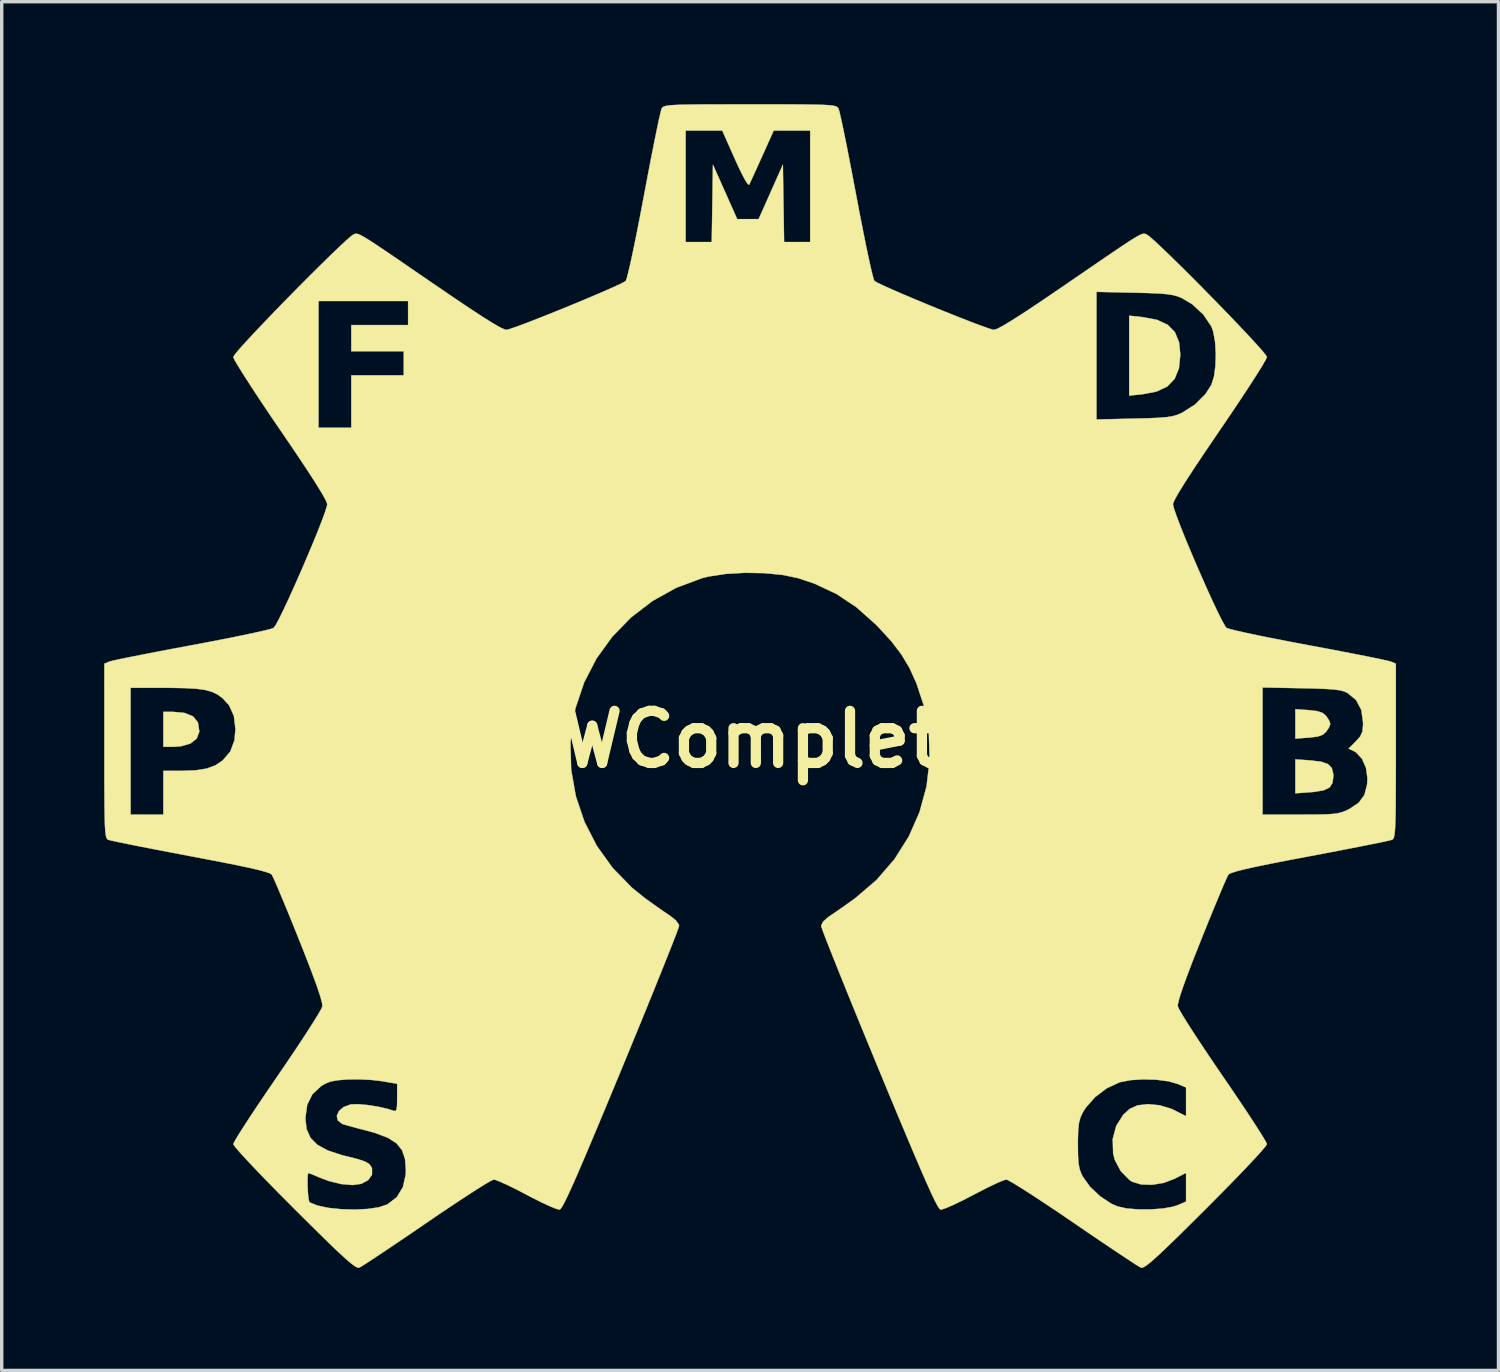
<source format=kicad_pcb>
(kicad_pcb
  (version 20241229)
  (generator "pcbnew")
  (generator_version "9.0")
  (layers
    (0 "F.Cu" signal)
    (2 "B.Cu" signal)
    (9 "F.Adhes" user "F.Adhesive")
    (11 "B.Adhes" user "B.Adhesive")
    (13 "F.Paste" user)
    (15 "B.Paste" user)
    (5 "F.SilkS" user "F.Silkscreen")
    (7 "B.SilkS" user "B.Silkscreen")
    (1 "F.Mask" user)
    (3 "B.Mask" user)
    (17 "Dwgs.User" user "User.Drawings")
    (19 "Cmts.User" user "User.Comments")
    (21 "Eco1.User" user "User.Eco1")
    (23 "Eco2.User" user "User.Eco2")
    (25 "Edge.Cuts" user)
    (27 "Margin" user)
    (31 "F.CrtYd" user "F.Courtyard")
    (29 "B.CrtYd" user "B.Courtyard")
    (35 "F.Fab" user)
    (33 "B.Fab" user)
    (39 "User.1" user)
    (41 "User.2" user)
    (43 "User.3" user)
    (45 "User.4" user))
  (footprint "OSHWCompleteBig"
    (layer "F.Cu")
    (at 18.879 25.597)
    (property "Reference" "OSHWCompleteBig" (at 0.2 -7 0) (layer "F.SilkS") (effects (font (size 1.524 1.524) (thickness 0.3))))
    (attr through_hole)
    (fp_poly (pts (xy -16.518 -7.772) (xy -16.276 -7.671) (xy -16.139 -7.503) (xy -16.131 -7.481) (xy -16.093 -7.227) (xy -16.169 -7.025) (xy -16.351 -6.879) (xy -16.632 -6.798) (xy -16.868 -6.782) (xy -17.147 -6.782) (xy -17.147 -7.806) (xy -16.868 -7.806) (xy -16.518 -7.772)) (stroke (width 0.01) (type solid)) (fill yes) (layer "F.SilkS"))
    (fp_poly (pts (xy 11.522 -19.363) (xy 11.943 -19.284) (xy 12.256 -19.139) (xy 12.47 -18.922) (xy 12.592 -18.625) (xy 12.628 -18.266) (xy 12.588 -17.866) (xy 12.463 -17.557) (xy 12.247 -17.332) (xy 11.932 -17.183) (xy 11.529 -17.106) (xy 11.132 -17.064) (xy 11.132 -19.404) (xy 11.522 -19.363)) (stroke (width 0.01) (type solid)) (fill yes) (layer "F.SilkS"))
    (fp_poly (pts (xy 16.448 -6.383) (xy 16.754 -6.345) (xy 16.953 -6.275) (xy 17.064 -6.16) (xy 17.106 -5.986) (xy 17.108 -5.918) (xy 17.083 -5.723) (xy 16.996 -5.591) (xy 16.826 -5.509) (xy 16.555 -5.463) (xy 16.448 -5.454) (xy 15.995 -5.421) (xy 15.995 -6.415) (xy 16.448 -6.383)) (stroke (width 0.01) (type solid)) (fill yes) (layer "F.SilkS"))
    (fp_poly (pts (xy 16.388 -7.856) (xy 16.632 -7.828) (xy 16.786 -7.778) (xy 16.89 -7.694) (xy 16.9 -7.682) (xy 16.987 -7.549) (xy 17.019 -7.454) (xy 16.981 -7.348) (xy 16.9 -7.226) (xy 16.799 -7.136) (xy 16.652 -7.083) (xy 16.421 -7.053) (xy 16.388 -7.051) (xy 15.995 -7.022) (xy 15.995 -7.885) (xy 16.388 -7.856)) (stroke (width 0.01) (type solid)) (fill yes) (layer "F.SilkS"))
    (fp_poly (pts (xy 0.667 -25.592) (xy 1.186 -25.591) (xy 1.601 -25.588) (xy 1.924 -25.584) (xy 2.167 -25.577) (xy 2.343 -25.567) (xy 2.464 -25.553) (xy 2.541 -25.535) (xy 2.586 -25.512) (xy 2.612 -25.483) (xy 2.621 -25.468) (xy 2.647 -25.379) (xy 2.694 -25.178) (xy 2.757 -24.881) (xy 2.835 -24.502) (xy 2.923 -24.054) (xy 3.02 -23.554) (xy 3.122 -23.015) (xy 3.139 -22.925) (xy 3.242 -22.383) (xy 3.341 -21.879) (xy 3.432 -21.427) (xy 3.514 -21.042) (xy 3.582 -20.738) (xy 3.635 -20.528) (xy 3.668 -20.428) (xy 3.672 -20.423) (xy 3.756 -20.372) (xy 3.942 -20.283) (xy 4.208 -20.164) (xy 4.537 -20.021) (xy 4.91 -19.864) (xy 5.307 -19.699) (xy 5.709 -19.535) (xy 6.098 -19.379) (xy 6.454 -19.24) (xy 6.759 -19.124) (xy 6.994 -19.04) (xy 7.139 -18.995) (xy 7.169 -18.99) (xy 7.259 -19.017) (xy 7.43 -19.106) (xy 7.685 -19.259) (xy 8.029 -19.479) (xy 8.464 -19.767) (xy 8.997 -20.128) (xy 9.306 -20.34) (xy 9.842 -20.708) (xy 10.283 -21.01) (xy 10.638 -21.252) (xy 10.918 -21.441) (xy 11.132 -21.582) (xy 11.292 -21.683) (xy 11.407 -21.749) (xy 11.486 -21.787) (xy 11.541 -21.803) (xy 11.581 -21.803) (xy 11.617 -21.794) (xy 11.632 -21.789) (xy 11.714 -21.732) (xy 11.87 -21.597) (xy 12.087 -21.394) (xy 12.355 -21.136) (xy 12.661 -20.836) (xy 12.993 -20.506) (xy 13.338 -20.157) (xy 13.686 -19.803) (xy 14.023 -19.455) (xy 14.338 -19.126) (xy 14.619 -18.828) (xy 14.854 -18.573) (xy 15.031 -18.374) (xy 15.137 -18.242) (xy 15.163 -18.194) (xy 15.128 -18.114) (xy 15.028 -17.941) (xy 14.87 -17.687) (xy 14.664 -17.366) (xy 14.416 -16.989) (xy 14.135 -16.568) (xy 13.829 -16.118) (xy 13.788 -16.057) (xy 13.375 -15.45) (xy 13.034 -14.94) (xy 12.767 -14.528) (xy 12.574 -14.215) (xy 12.455 -14.002) (xy 12.412 -13.891) (xy 12.412 -13.887) (xy 12.437 -13.774) (xy 12.508 -13.566) (xy 12.615 -13.281) (xy 12.752 -12.938) (xy 12.911 -12.556) (xy 13.082 -12.151) (xy 13.26 -11.744) (xy 13.434 -11.352) (xy 13.598 -10.993) (xy 13.744 -10.687) (xy 13.864 -10.45) (xy 13.949 -10.302) (xy 13.982 -10.263) (xy 14.074 -10.231) (xy 14.276 -10.18) (xy 14.574 -10.114) (xy 14.952 -10.034) (xy 15.396 -9.945) (xy 15.89 -9.849) (xy 16.381 -9.756) (xy 16.909 -9.658) (xy 17.401 -9.564) (xy 17.843 -9.478) (xy 18.218 -9.404) (xy 18.513 -9.343) (xy 18.71 -9.299) (xy 18.794 -9.276) (xy 18.938 -9.216) (xy 18.938 -6.662) (xy 18.938 -6.021) (xy 18.936 -5.497) (xy 18.934 -5.077) (xy 18.929 -4.749) (xy 18.922 -4.502) (xy 18.911 -4.323) (xy 18.897 -4.202) (xy 18.88 -4.126) (xy 18.857 -4.083) (xy 18.83 -4.062) (xy 18.826 -4.061) (xy 18.739 -4.038) (xy 18.541 -3.995) (xy 18.247 -3.935) (xy 17.872 -3.86) (xy 17.431 -3.774) (xy 16.937 -3.679) (xy 16.415 -3.58) (xy 15.774 -3.458) (xy 15.25 -3.356) (xy 14.834 -3.27) (xy 14.515 -3.199) (xy 14.285 -3.141) (xy 14.134 -3.093) (xy 14.052 -3.054) (xy 14.035 -3.038) (xy 13.992 -2.953) (xy 13.908 -2.765) (xy 13.791 -2.488) (xy 13.646 -2.141) (xy 13.48 -1.737) (xy 13.3 -1.293) (xy 13.241 -1.144) (xy 13.005 -0.549) (xy 12.821 -0.066) (xy 12.686 0.309) (xy 12.598 0.581) (xy 12.557 0.754) (xy 12.554 0.817) (xy 12.596 0.909) (xy 12.703 1.093) (xy 12.866 1.355) (xy 13.077 1.682) (xy 13.328 2.061) (xy 13.609 2.479) (xy 13.873 2.866) (xy 14.172 3.303) (xy 14.447 3.711) (xy 14.688 4.075) (xy 14.889 4.384) (xy 15.041 4.626) (xy 15.135 4.786) (xy 15.163 4.851) (xy 15.119 4.919) (xy 14.994 5.067) (xy 14.797 5.283) (xy 14.538 5.559) (xy 14.227 5.883) (xy 13.873 6.244) (xy 13.487 6.633) (xy 13.383 6.738) (xy 12.92 7.198) (xy 12.538 7.575) (xy 12.229 7.874) (xy 11.986 8.104) (xy 11.8 8.271) (xy 11.663 8.383) (xy 11.567 8.447) (xy 11.504 8.471) (xy 11.479 8.468) (xy 11.399 8.423) (xy 11.227 8.313) (xy 10.975 8.147) (xy 10.657 7.935) (xy 10.285 7.685) (xy 9.873 7.405) (xy 9.507 7.155) (xy 9.072 6.858) (xy 8.666 6.587) (xy 8.303 6.348) (xy 7.994 6.15) (xy 7.754 6.002) (xy 7.595 5.911) (xy 7.534 5.886) (xy 7.435 5.915) (xy 7.248 5.996) (xy 6.996 6.116) (xy 6.702 6.266) (xy 6.568 6.336) (xy 6.263 6.494) (xy 5.992 6.625) (xy 5.775 6.719) (xy 5.638 6.765) (xy 5.608 6.768) (xy 5.574 6.739) (xy 5.519 6.654) (xy 5.442 6.508) (xy 5.339 6.293) (xy 5.208 6.003) (xy 5.045 5.632) (xy 4.848 5.172) (xy 4.717 4.862) (xy 9.629 4.862) (xy 9.633 5.185) (xy 9.648 5.415) (xy 9.681 5.584) (xy 9.734 5.727) (xy 9.77 5.798) (xy 9.983 6.096) (xy 10.275 6.373) (xy 10.6 6.59) (xy 10.794 6.675) (xy 11.055 6.733) (xy 11.391 6.761) (xy 11.757 6.762) (xy 12.112 6.736) (xy 12.413 6.683) (xy 12.556 6.636) (xy 12.796 6.532) (xy 12.796 5.692) (xy 12.46 5.864) (xy 12.139 5.985) (xy 11.8 6.041) (xy 11.481 6.031) (xy 11.22 5.952) (xy 11.148 5.908) (xy 10.885 5.643) (xy 10.71 5.314) (xy 10.661 5.122) (xy 10.649 4.7) (xy 10.75 4.318) (xy 10.956 3.992) (xy 11.148 3.817) (xy 11.38 3.714) (xy 11.683 3.68) (xy 12.019 3.712) (xy 12.351 3.811) (xy 12.46 3.861) (xy 12.796 4.033) (xy 12.796 3.192) (xy 12.556 3.089) (xy 12.282 3.011) (xy 11.93 2.965) (xy 11.547 2.953) (xy 11.177 2.976) (xy 10.867 3.035) (xy 10.848 3.041) (xy 10.477 3.213) (xy 10.132 3.474) (xy 9.855 3.789) (xy 9.77 3.927) (xy 9.704 4.07) (xy 9.662 4.222) (xy 9.639 4.418) (xy 9.63 4.69) (xy 9.629 4.862) (xy 4.717 4.862) (xy 4.614 4.618) (xy 4.339 3.962) (xy 4.021 3.198) (xy 3.801 2.666) (xy 3.518 1.979) (xy 3.249 1.325) (xy 2.999 0.713) (xy 2.773 0.154) (xy 2.573 -0.342) (xy 2.404 -0.766) (xy 2.269 -1.108) (xy 2.174 -1.358) (xy 2.121 -1.506) (xy 2.111 -1.543) (xy 2.167 -1.66) (xy 2.32 -1.798) (xy 2.383 -1.841) (xy 2.565 -1.964) (xy 2.805 -2.131) (xy 3.057 -2.312) (xy 3.115 -2.354) (xy 3.737 -2.886) (xy 4.259 -3.491) (xy 4.679 -4.157) (xy 4.961 -4.798) (xy 15.035 -4.798) (xy 16.142 -4.798) (xy 16.547 -4.799) (xy 16.847 -4.804) (xy 17.066 -4.815) (xy 17.228 -4.834) (xy 17.355 -4.866) (xy 17.471 -4.911) (xy 17.576 -4.961) (xy 17.85 -5.144) (xy 18.019 -5.376) (xy 18.097 -5.681) (xy 18.106 -5.864) (xy 18.063 -6.17) (xy 17.946 -6.433) (xy 17.773 -6.619) (xy 17.702 -6.66) (xy 17.553 -6.728) (xy 17.766 -6.94) (xy 17.894 -7.085) (xy 17.957 -7.222) (xy 17.977 -7.408) (xy 17.978 -7.495) (xy 17.927 -7.862) (xy 17.776 -8.149) (xy 17.526 -8.357) (xy 17.517 -8.362) (xy 17.419 -8.406) (xy 17.291 -8.438) (xy 17.112 -8.462) (xy 16.864 -8.478) (xy 16.524 -8.491) (xy 16.171 -8.498) (xy 15.035 -8.52) (xy 15.035 -4.798) (xy 4.961 -4.798) (xy 4.993 -4.872) (xy 5.198 -5.624) (xy 5.289 -6.4) (xy 5.265 -7.189) (xy 5.121 -7.98) (xy 4.899 -8.651) (xy 4.699 -9.09) (xy 4.463 -9.485) (xy 4.169 -9.871) (xy 3.793 -10.281) (xy 3.711 -10.365) (xy 3.144 -10.869) (xy 2.553 -11.262) (xy 1.91 -11.563) (xy 1.44 -11.72) (xy 0.982 -11.815) (xy 0.448 -11.867) (xy -0.118 -11.877) (xy -0.673 -11.845) (xy -1.172 -11.77) (xy -1.376 -11.72) (xy -2.129 -11.439) (xy -2.825 -11.052) (xy -3.453 -10.571) (xy -4.003 -10.006) (xy -4.464 -9.369) (xy -4.825 -8.671) (xy -5.077 -7.923) (xy -5.125 -7.714) (xy -5.228 -6.91) (xy -5.207 -6.112) (xy -5.069 -5.334) (xy -4.817 -4.587) (xy -4.457 -3.884) (xy -3.993 -3.237) (xy -3.43 -2.66) (xy -3.051 -2.354) (xy -2.803 -2.175) (xy -2.556 -2.002) (xy -2.356 -1.865) (xy -2.319 -1.841) (xy -2.141 -1.701) (xy -2.053 -1.575) (xy -2.047 -1.543) (xy -2.071 -1.464) (xy -2.14 -1.277) (xy -2.251 -0.992) (xy -2.399 -0.618) (xy -2.58 -0.166) (xy -2.79 0.355) (xy -3.025 0.934) (xy -3.283 1.563) (xy -3.557 2.23) (xy -3.737 2.666) (xy -4.083 3.5) (xy -4.384 4.222) (xy -4.643 4.839) (xy -4.863 5.357) (xy -5.046 5.782) (xy -5.197 6.122) (xy -5.317 6.383) (xy -5.41 6.571) (xy -5.478 6.693) (xy -5.525 6.756) (xy -5.544 6.768) (xy -5.64 6.746) (xy -5.825 6.671) (xy -6.075 6.555) (xy -6.368 6.408) (xy -6.504 6.336) (xy -6.809 6.177) (xy -7.082 6.043) (xy -7.301 5.944) (xy -7.44 5.892) (xy -7.47 5.886) (xy -7.55 5.921) (xy -7.723 6.021) (xy -7.974 6.178) (xy -8.292 6.383) (xy -8.663 6.627) (xy -9.075 6.903) (xy -9.443 7.155) (xy -9.879 7.453) (xy -10.286 7.728) (xy -10.649 7.973) (xy -10.957 8.178) (xy -11.197 8.335) (xy -11.355 8.435) (xy -11.416 8.468) (xy -11.462 8.466) (xy -11.537 8.427) (xy -11.648 8.344) (xy -11.804 8.211) (xy -12.012 8.02) (xy -12.28 7.763) (xy -12.617 7.434) (xy -13.03 7.025) (xy -13.319 6.738) (xy -13.712 6.343) (xy -14.075 5.973) (xy -14.398 5.639) (xy -14.671 5.35) (xy -14.885 5.117) (xy -15.03 4.95) (xy -15.096 4.86) (xy -15.099 4.851) (xy -15.064 4.774) (xy -14.964 4.604) (xy -14.807 4.356) (xy -14.638 4.097) (xy -12.988 4.097) (xy -12.953 4.41) (xy -12.84 4.665) (xy -12.638 4.87) (xy -12.335 5.035) (xy -11.921 5.172) (xy -11.744 5.216) (xy -11.442 5.292) (xy -11.242 5.36) (xy -11.121 5.432) (xy -11.055 5.519) (xy -11.037 5.564) (xy -11.038 5.748) (xy -11.152 5.906) (xy -11.353 6.013) (xy -11.61 6.048) (xy -11.938 6.019) (xy -12.299 5.931) (xy -12.583 5.824) (xy -12.756 5.749) (xy -12.873 5.703) (xy -12.9 5.694) (xy -12.919 5.751) (xy -12.926 5.896) (xy -12.924 6.087) (xy -12.913 6.286) (xy -12.896 6.453) (xy -12.873 6.546) (xy -12.867 6.554) (xy -12.635 6.649) (xy -12.313 6.717) (xy -11.937 6.756) (xy -11.541 6.767) (xy -11.16 6.748) (xy -10.831 6.698) (xy -10.589 6.616) (xy -10.313 6.405) (xy -10.133 6.11) (xy -10.051 5.738) (xy -10.046 5.611) (xy -10.071 5.286) (xy -10.157 5.029) (xy -10.32 4.826) (xy -10.573 4.664) (xy -10.93 4.528) (xy -11.212 4.45) (xy -11.481 4.38) (xy -11.712 4.317) (xy -11.87 4.271) (xy -11.911 4.257) (xy -12.04 4.156) (xy -12.068 4.023) (xy -12.006 3.883) (xy -11.867 3.763) (xy -11.663 3.689) (xy -11.648 3.687) (xy -11.447 3.681) (xy -11.172 3.705) (xy -10.869 3.752) (xy -10.588 3.816) (xy -10.413 3.872) (xy -10.352 3.883) (xy -10.319 3.837) (xy -10.304 3.712) (xy -10.301 3.5) (xy -10.301 3.083) (xy -10.759 3.005) (xy -11.061 2.97) (xy -11.414 2.953) (xy -11.743 2.956) (xy -11.746 2.956) (xy -12.039 2.979) (xy -12.248 3.017) (xy -12.412 3.082) (xy -12.525 3.15) (xy -12.782 3.388) (xy -12.935 3.698) (xy -12.988 4.084) (xy -12.988 4.097) (xy -14.638 4.097) (xy -14.602 4.04) (xy -14.356 3.671) (xy -14.078 3.26) (xy -13.809 2.866) (xy -13.508 2.425) (xy -13.23 2.011) (xy -12.984 1.638) (xy -12.779 1.318) (xy -12.622 1.065) (xy -12.523 0.892) (xy -12.49 0.817) (xy -12.502 0.707) (xy -12.559 0.501) (xy -12.662 0.194) (xy -12.814 -0.217) (xy -13.015 -0.737) (xy -13.177 -1.144) (xy -13.359 -1.597) (xy -13.53 -2.016) (xy -13.683 -2.383) (xy -13.81 -2.684) (xy -13.905 -2.903) (xy -13.962 -3.023) (xy -13.971 -3.038) (xy -14.025 -3.075) (xy -14.144 -3.118) (xy -14.338 -3.172) (xy -14.616 -3.237) (xy -14.988 -3.316) (xy -15.463 -3.41) (xy -16.05 -3.523) (xy -16.351 -3.58) (xy -16.88 -3.681) (xy -17.373 -3.775) (xy -17.814 -3.861) (xy -18.188 -3.936) (xy -18.481 -3.996) (xy -18.677 -4.039) (xy -18.762 -4.061) (xy -18.79 -4.08) (xy -18.813 -4.119) (xy -18.832 -4.191) (xy -18.846 -4.306) (xy -18.857 -4.476) (xy -18.864 -4.714) (xy -18.865 -4.798) (xy -18.106 -4.798) (xy -17.147 -4.798) (xy -17.147 -6.078) (xy -16.619 -6.078) (xy -16.201 -6.094) (xy -15.879 -6.145) (xy -15.626 -6.238) (xy -15.414 -6.38) (xy -15.412 -6.381) (xy -15.189 -6.641) (xy -15.066 -6.966) (xy -15.035 -7.294) (xy -15.081 -7.684) (xy -15.221 -7.996) (xy -15.412 -8.206) (xy -15.558 -8.312) (xy -15.72 -8.391) (xy -15.921 -8.446) (xy -16.18 -8.482) (xy -16.52 -8.501) (xy -16.96 -8.509) (xy -17.099 -8.509) (xy -18.106 -8.509) (xy -18.106 -4.798) (xy -18.865 -4.798) (xy -18.869 -5.031) (xy -18.872 -5.44) (xy -18.874 -5.951) (xy -18.874 -6.577) (xy -18.874 -6.662) (xy -18.874 -9.216) (xy -18.73 -9.276) (xy -18.635 -9.302) (xy -18.43 -9.347) (xy -18.129 -9.409) (xy -17.748 -9.484) (xy -17.303 -9.571) (xy -16.807 -9.665) (xy -16.317 -9.756) (xy -15.79 -9.856) (xy -15.299 -9.951) (xy -14.859 -10.04) (xy -14.486 -10.119) (xy -14.194 -10.185) (xy -13.999 -10.234) (xy -13.918 -10.263) (xy -13.859 -10.343) (xy -13.761 -10.524) (xy -13.632 -10.787) (xy -13.478 -11.114) (xy -13.31 -11.487) (xy -13.133 -11.886) (xy -12.957 -12.295) (xy -12.789 -12.694) (xy -12.637 -13.064) (xy -12.51 -13.389) (xy -12.414 -13.649) (xy -12.359 -13.826) (xy -12.348 -13.887) (xy -12.386 -13.992) (xy -12.5 -14.198) (xy -12.688 -14.504) (xy -12.95 -14.91) (xy -13.286 -15.414) (xy -13.694 -16.014) (xy -13.724 -16.057) (xy -14.033 -16.511) (xy -14.317 -16.936) (xy -14.57 -17.32) (xy -14.782 -17.649) (xy -14.946 -17.912) (xy -15.055 -18.096) (xy -15.099 -18.19) (xy -15.099 -18.194) (xy -15.055 -18.266) (xy -14.932 -18.414) (xy -14.741 -18.627) (xy -14.495 -18.893) (xy -14.205 -19.199) (xy -13.884 -19.534) (xy -13.592 -19.834) (xy -12.604 -19.834) (xy -12.604 -16.123) (xy -11.644 -16.123) (xy -11.644 -16.366) (xy 10.173 -16.366) (xy 11.276 -16.391) (xy 11.688 -16.402) (xy 11.995 -16.415) (xy 12.221 -16.433) (xy 12.388 -16.459) (xy 12.521 -16.495) (xy 12.643 -16.545) (xy 12.679 -16.562) (xy 13.055 -16.801) (xy 13.363 -17.109) (xy 13.537 -17.379) (xy 13.614 -17.622) (xy 13.657 -17.945) (xy 13.667 -18.303) (xy 13.644 -18.653) (xy 13.588 -18.952) (xy 13.536 -19.092) (xy 13.301 -19.439) (xy 12.98 -19.737) (xy 12.674 -19.92) (xy 12.548 -19.971) (xy 12.409 -20.008) (xy 12.234 -20.035) (xy 12 -20.054) (xy 11.683 -20.068) (xy 11.276 -20.078) (xy 10.173 -20.102) (xy 10.173 -16.366) (xy -11.644 -16.366) (xy -11.644 -17.658) (xy -10.109 -17.658) (xy -10.109 -18.362) (xy -11.644 -18.362) (xy -11.644 -19.13) (xy -9.981 -19.13) (xy -9.981 -19.834) (xy -12.604 -19.834) (xy -13.592 -19.834) (xy -13.543 -19.884) (xy -13.195 -20.238) (xy -12.851 -20.583) (xy -12.524 -20.908) (xy -12.226 -21.199) (xy -11.969 -21.445) (xy -11.764 -21.634) (xy -11.624 -21.753) (xy -11.568 -21.789) (xy -11.53 -21.8) (xy -11.492 -21.804) (xy -11.441 -21.793) (xy -11.369 -21.763) (xy -11.266 -21.706) (xy -11.12 -21.616) (xy -10.923 -21.488) (xy -10.664 -21.314) (xy -10.332 -21.089) (xy -9.919 -20.805) (xy -9.413 -20.458) (xy -9.235 -20.336) (xy -8.652 -19.938) (xy -8.168 -19.613) (xy -7.779 -19.359) (xy -7.481 -19.173) (xy -7.269 -19.053) (xy -7.139 -18.996) (xy -7.105 -18.99) (xy -7.003 -19.015) (xy -6.803 -19.084) (xy -6.525 -19.187) (xy -6.188 -19.318) (xy -5.81 -19.468) (xy -5.411 -19.629) (xy -5.009 -19.795) (xy -4.624 -19.956) (xy -4.274 -20.106) (xy -3.98 -20.236) (xy -3.758 -20.338) (xy -3.63 -20.406) (xy -3.608 -20.422) (xy -3.578 -20.501) (xy -3.529 -20.693) (xy -3.462 -20.982) (xy -3.383 -21.354) (xy -3.292 -21.796) (xy -3.195 -22.292) (xy -3.093 -22.828) (xy -3.075 -22.924) (xy -2.972 -23.468) (xy -2.875 -23.975) (xy -2.785 -24.432) (xy -2.705 -24.824) (xy -2.705 -24.824) (xy -1.855 -24.824) (xy -1.855 -21.561) (xy -1.091 -21.561) (xy -1.073 -22.694) (xy -1.056 -23.826) (xy -0.701 -23.03) (xy -0.346 -22.233) (xy 0.282 -22.233) (xy 0.637 -23.03) (xy 0.992 -23.826) (xy 1.027 -21.561) (xy 1.791 -21.561) (xy 1.791 -24.824) (xy 0.723 -24.824) (xy 0.385 -24.072) (xy 0.254 -23.782) (xy 0.139 -23.53) (xy 0.053 -23.342) (xy 0.005 -23.242) (xy 0.003 -23.238) (xy -0.038 -23.26) (xy -0.12 -23.388) (xy -0.235 -23.609) (xy -0.376 -23.909) (xy -0.412 -23.989) (xy -0.783 -24.824) (xy -1.855 -24.824) (xy -2.705 -24.824) (xy -2.64 -25.135) (xy -2.59 -25.352) (xy -2.56 -25.461) (xy -2.558 -25.467) (xy -2.537 -25.498) (xy -2.502 -25.524) (xy -2.442 -25.545) (xy -2.345 -25.56) (xy -2.199 -25.572) (xy -1.99 -25.581) (xy -1.709 -25.586) (xy -1.341 -25.59) (xy -0.876 -25.591) (xy -0.301 -25.592) (xy 0.032 -25.592) (xy 0.667 -25.592)) (stroke (width 0.01) (type solid)) (fill yes) (layer "F.SilkS")))
  (gr_rect
    (start -3 -3)
    (end 40.822 37.073)
    (stroke (width 0.1) (type default))
    (fill no)
    (layer "Edge.Cuts")))
</source>
